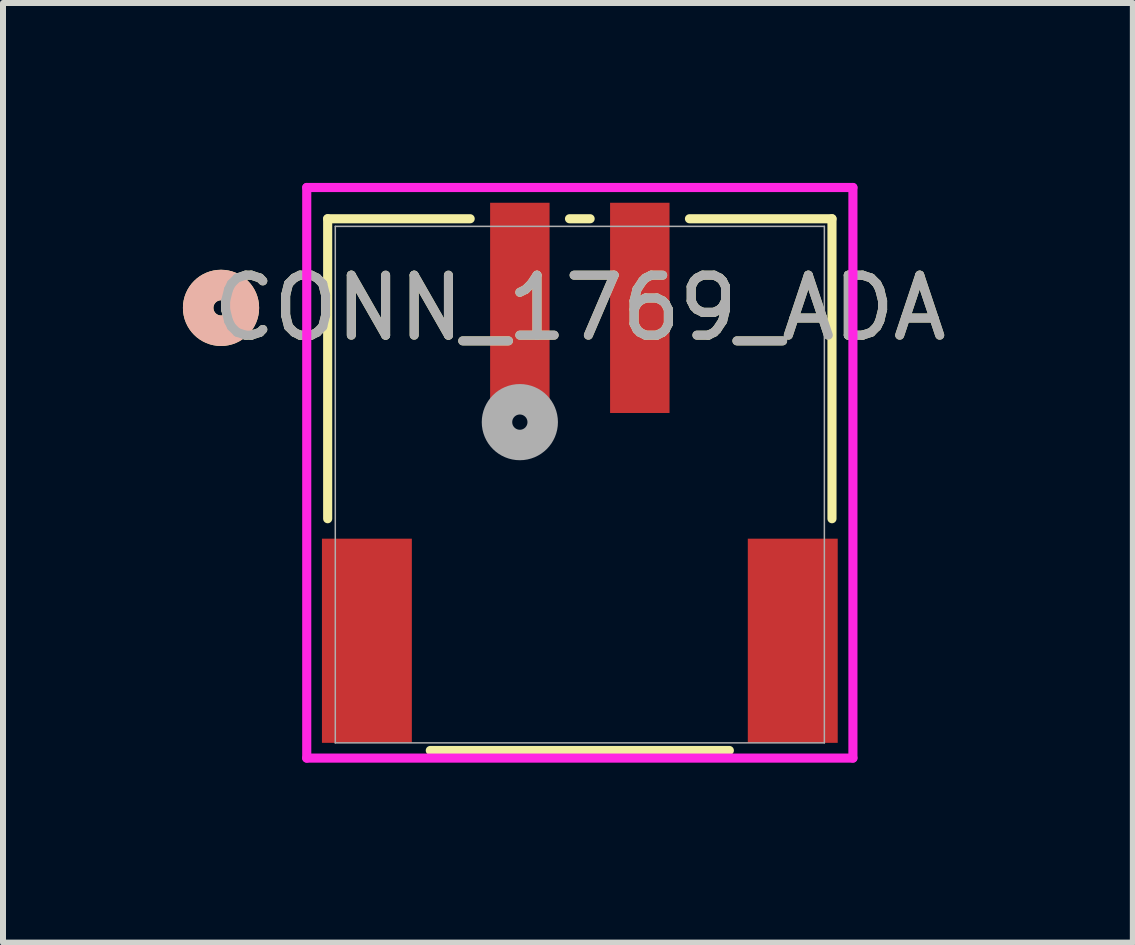
<source format=kicad_pcb>
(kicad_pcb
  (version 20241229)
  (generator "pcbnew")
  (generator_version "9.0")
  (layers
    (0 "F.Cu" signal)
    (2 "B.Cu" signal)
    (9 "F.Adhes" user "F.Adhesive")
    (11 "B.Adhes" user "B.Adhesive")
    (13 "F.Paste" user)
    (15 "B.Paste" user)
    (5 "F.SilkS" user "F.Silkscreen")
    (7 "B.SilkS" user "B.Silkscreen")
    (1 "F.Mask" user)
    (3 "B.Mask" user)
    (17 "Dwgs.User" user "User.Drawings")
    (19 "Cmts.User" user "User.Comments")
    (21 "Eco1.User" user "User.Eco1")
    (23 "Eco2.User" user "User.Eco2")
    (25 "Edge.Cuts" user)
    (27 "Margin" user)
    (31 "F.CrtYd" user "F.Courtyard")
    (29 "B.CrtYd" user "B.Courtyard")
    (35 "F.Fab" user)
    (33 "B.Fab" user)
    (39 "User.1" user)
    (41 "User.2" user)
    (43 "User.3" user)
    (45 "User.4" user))
  (footprint "CONN_1769_ADA"
    (layer "F.Cu")
    (at 5.617 2.083)
    (property "Reference" "CONN_1769_ADA" (at 1 0 0) (unlocked yes) (layer "F.SilkS") (effects (font (size 1 1) (thickness 0.15))))
    (attr smd)
    (fp_line (start -3.204 -1.486) (end -3.204 3.515) (stroke (width 0.152) (type solid)) (layer "F.SilkS"))
    (fp_line (start -1.493 7.379) (end 3.493 7.379) (stroke (width 0.152) (type solid)) (layer "F.SilkS"))
    (fp_line (start -0.828 -1.486) (end -3.204 -1.486) (stroke (width 0.152) (type solid)) (layer "F.SilkS"))
    (fp_line (start 1.172 -1.486) (end 0.828 -1.486) (stroke (width 0.152) (type solid)) (layer "F.SilkS"))
    (fp_line (start 5.204 -1.486) (end 2.828 -1.486) (stroke (width 0.152) (type solid)) (layer "F.SilkS"))
    (fp_line (start 5.204 3.515) (end 5.204 -1.486) (stroke (width 0.152) (type solid)) (layer "F.SilkS"))
    (fp_circle (center -4.982 0) (end -4.601 0) (stroke (width 0.508) (type solid)) (fill no) (layer "F.SilkS"))
    (fp_circle (center -4.982 0) (end -4.601 0) (stroke (width 0.508) (type solid)) (fill no) (layer "B.SilkS"))
    (fp_line (start -3.553 -2.007) (end -3.553 7.506) (stroke (width 0.152) (type solid)) (layer "F.CrtYd"))
    (fp_line (start -3.553 7.506) (end 5.553 7.506) (stroke (width 0.152) (type solid)) (layer "F.CrtYd"))
    (fp_line (start 5.553 -2.007) (end -3.553 -2.007) (stroke (width 0.152) (type solid)) (layer "F.CrtYd"))
    (fp_line (start 5.553 7.506) (end 5.553 -2.007) (stroke (width 0.152) (type solid)) (layer "F.CrtYd"))
    (fp_line (start -3.077 -1.359) (end -3.077 7.252) (stroke (width 0.025) (type solid)) (layer "F.Fab"))
    (fp_line (start -3.077 7.252) (end 5.077 7.252) (stroke (width 0.025) (type solid)) (layer "F.Fab"))
    (fp_line (start 5.077 -1.359) (end -3.077 -1.359) (stroke (width 0.025) (type solid)) (layer "F.Fab"))
    (fp_line (start 5.077 7.252) (end 5.077 -1.359) (stroke (width 0.025) (type solid)) (layer "F.Fab"))
    (fp_circle (center 0 1.905) (end 0.381 1.905) (stroke (width 0.508) (type solid)) (fill no) (layer "F.Fab"))
    (fp_text user "${REFERENCE}" (at 1 0 0) (unlocked yes) (layer "F.Fab") (effects (font (size 1 1) (thickness 0.15))))
    (pad "1" smd rect (at 0 0) (size 0.991 3.505) (layers "F.Cu" "F.Mask" "F.Paste"))
    (pad "2" smd rect (at 2 0) (size 0.991 3.505) (layers "F.Cu" "F.Mask" "F.Paste"))
    (pad "3" smd rect (at -2.55 5.55) (size 1.499 3.404) (layers "F.Cu" "F.Mask" "F.Paste"))
    (pad "4" smd rect (at 4.55 5.55) (size 1.499 3.404) (layers "F.Cu" "F.Mask" "F.Paste")))
  (gr_rect
    (start -3 -3)
    (end 15.837 12.665)
    (stroke (width 0.1) (type default))
    (fill no)
    (layer "Edge.Cuts")))
</source>
